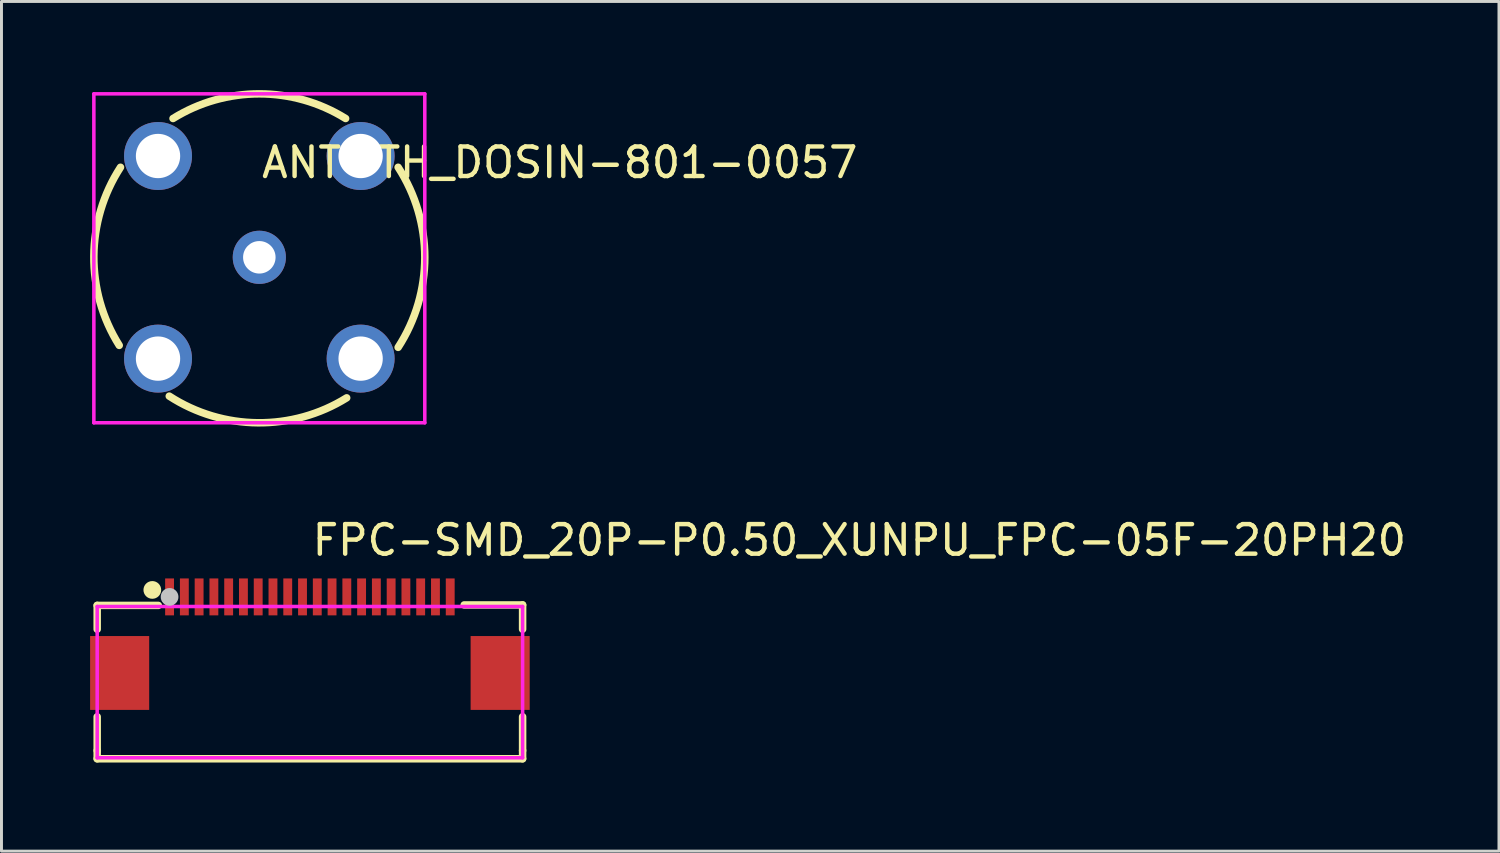
<source format=kicad_pcb>
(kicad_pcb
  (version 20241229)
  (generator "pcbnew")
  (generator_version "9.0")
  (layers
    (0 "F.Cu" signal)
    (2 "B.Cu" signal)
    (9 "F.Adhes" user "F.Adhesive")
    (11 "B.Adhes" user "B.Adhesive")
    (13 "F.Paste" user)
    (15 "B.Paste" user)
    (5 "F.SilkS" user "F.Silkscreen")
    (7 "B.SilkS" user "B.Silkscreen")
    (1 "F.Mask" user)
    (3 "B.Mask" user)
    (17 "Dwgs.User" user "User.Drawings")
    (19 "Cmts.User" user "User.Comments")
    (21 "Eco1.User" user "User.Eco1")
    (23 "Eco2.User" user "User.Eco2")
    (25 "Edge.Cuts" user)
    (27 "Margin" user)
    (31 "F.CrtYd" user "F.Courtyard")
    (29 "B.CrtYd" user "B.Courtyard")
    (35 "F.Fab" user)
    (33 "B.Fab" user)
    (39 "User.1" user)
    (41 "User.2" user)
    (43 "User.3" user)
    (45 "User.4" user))
  (footprint "ANT-TH_DOSIN-801-0057"
    (layer "F.Cu")
    (at 5.728 5.66)
    (property "Reference" "ANT-TH_DOSIN-801-0057" (at 0 -3.207 0) (layer "F.SilkS") (effects (font (size 1 1) (thickness 0.15)) (justify left)))
    (attr through_hole)
    (fp_arc (start -4.742 2.981) (mid -5.601013 -0.039676) (end -4.699293 -3.04788) (stroke (width 0.254) (type solid)) (layer "F.SilkS"))
    (fp_arc (start -2.921 -4.699) (mid 0.000003 -5.532887) (end 2.921006 -4.698997) (stroke (width 0.254) (type solid)) (layer "F.SilkS"))
    (fp_arc (start 2.957 4.757) (mid -0.053974 5.600891) (end -3.048125 4.699131) (stroke (width 0.254) (type solid)) (layer "F.SilkS"))
    (fp_arc (start 4.699 -3.048) (mid 5.600974 -0.000004) (end 4.699004 3.047994) (stroke (width 0.254) (type solid)) (layer "F.SilkS"))
    (fp_circle (center -3.429 -3.429) (end -3.104 -3.429) (stroke (width 0.65) (type solid)) (fill no) (layer "Eco2.User"))
    (fp_circle (center -3.429 3.429) (end -3.104 3.429) (stroke (width 0.65) (type solid)) (fill no) (layer "Eco2.User"))
    (fp_circle (center 0 0) (end 0.225 0) (stroke (width 0.45) (type solid)) (fill no) (layer "Eco2.User"))
    (fp_circle (center 3.429 -3.429) (end 3.754 -3.429) (stroke (width 0.65) (type solid)) (fill no) (layer "Eco2.User"))
    (fp_circle (center 3.429 3.429) (end 3.754 3.429) (stroke (width 0.65) (type solid)) (fill no) (layer "Eco2.User"))
    (fp_circle (center 5.601 -5.533) (end 5.631 -5.533) (stroke (width 0.06) (type solid)) (fill no) (layer "Eco2.User"))
    (fp_line (start -5.601 -5.533) (end 5.601 -5.533) (stroke (width 0.12) (type solid)) (layer "F.CrtYd"))
    (fp_line (start -5.601 5.601) (end -5.601 -5.533) (stroke (width 0.12) (type solid)) (layer "F.CrtYd"))
    (fp_line (start 5.601 -5.533) (end 5.601 5.601) (stroke (width 0.12) (type solid)) (layer "F.CrtYd"))
    (fp_line (start 5.601 5.601) (end -5.601 5.601) (stroke (width 0.12) (type solid)) (layer "F.CrtYd"))
    (pad "1" thru_hole circle (at 0 0) (size 1.8 1.8) (drill 1.1) (layers "*.Cu" "*.Mask"))
    (pad "2" thru_hole circle (at -3.429 -3.429) (size 2.3 2.3) (drill 1.5) (layers "*.Cu" "*.Mask"))
    (pad "2" thru_hole circle (at -3.429 3.429) (size 2.3 2.3) (drill 1.5) (layers "*.Cu" "*.Mask"))
    (pad "2" thru_hole circle (at 3.429 -3.429) (size 2.3 2.3) (drill 1.5) (layers "*.Cu" "*.Mask"))
    (pad "2" thru_hole circle (at 3.429 3.429) (size 2.3 2.3) (drill 1.5) (layers "*.Cu" "*.Mask")))
  (footprint "FPC-SMD_20P-P0.50_XUNPU_FPC-05F-20PH20"
    (layer "F.Cu")
    (at 7.44 18.443)
    (property "Reference" "FPC-SMD_20P-P0.50_XUNPU_FPC-05F-20PH20" (at 0 -3.207 0) (layer "F.SilkS") (effects (font (size 1 1) (thickness 0.15)) (justify left)))
    (attr through_hole)
    (fp_line (start -7.2 -1) (end -5.131 -1) (stroke (width 0.254) (type solid)) (layer "F.SilkS"))
    (fp_line (start -7.2 -0.194) (end -7.2 -1) (stroke (width 0.254) (type solid)) (layer "F.SilkS"))
    (fp_line (start -7.2 3.912) (end -7.2 2.769) (stroke (width 0.254) (type solid)) (layer "F.SilkS"))
    (fp_line (start -7.2 3.912) (end -7.2 4.191) (stroke (width 0.254) (type solid)) (layer "F.SilkS"))
    (fp_line (start -7.2 4.191) (end 7.2 4.191) (stroke (width 0.254) (type solid)) (layer "F.SilkS"))
    (fp_line (start 7.2 -1.016) (end 5.223 -1.016) (stroke (width 0.254) (type solid)) (layer "F.SilkS"))
    (fp_line (start 7.2 -0.194) (end 7.2 -1.016) (stroke (width 0.254) (type solid)) (layer "F.SilkS"))
    (fp_line (start 7.2 3.912) (end 7.2 2.769) (stroke (width 0.254) (type solid)) (layer "F.SilkS"))
    (fp_line (start 7.2 3.912) (end 7.2 4.191) (stroke (width 0.254) (type solid)) (layer "F.SilkS"))
    (fp_circle (center -5.334 -1.524) (end -5.184 -1.524) (stroke (width 0.3) (type solid)) (fill no) (layer "F.SilkS"))
    (fp_circle (center -4.75 -1.288) (end -4.6 -1.288) (stroke (width 0.3) (type solid)) (fill no) (layer "Dwgs.User"))
    (fp_circle (center -7.2 -1.663) (end -7.17 -1.663) (stroke (width 0.06) (type solid)) (fill no) (layer "Eco2.User"))
    (fp_poly (pts (xy -7.2 1.788) (xy -7.2 0.788) (xy -6 0.788) (xy -6 1.788)) (stroke (width 0.12) (type solid)) (fill no) (layer "Eco2.User"))
    (fp_poly (pts (xy -4.825 -1.663) (xy -4.675 -1.663) (xy -4.675 -0.912) (xy -4.825 -0.912)) (stroke (width 0.12) (type solid)) (fill no) (layer "Eco2.User"))
    (fp_poly (pts (xy -4.325 -1.663) (xy -4.175 -1.663) (xy -4.175 -0.912) (xy -4.325 -0.912)) (stroke (width 0.12) (type solid)) (fill no) (layer "Eco2.User"))
    (fp_poly (pts (xy -3.825 -1.663) (xy -3.675 -1.663) (xy -3.675 -0.912) (xy -3.825 -0.912)) (stroke (width 0.12) (type solid)) (fill no) (layer "Eco2.User"))
    (fp_poly (pts (xy -3.325 -1.663) (xy -3.175 -1.663) (xy -3.175 -0.912) (xy -3.325 -0.912)) (stroke (width 0.12) (type solid)) (fill no) (layer "Eco2.User"))
    (fp_poly (pts (xy -2.825 -1.663) (xy -2.675 -1.663) (xy -2.675 -0.912) (xy -2.825 -0.912)) (stroke (width 0.12) (type solid)) (fill no) (layer "Eco2.User"))
    (fp_poly (pts (xy -2.325 -1.663) (xy -2.175 -1.663) (xy -2.175 -0.912) (xy -2.325 -0.912)) (stroke (width 0.12) (type solid)) (fill no) (layer "Eco2.User"))
    (fp_poly (pts (xy -1.825 -1.663) (xy -1.675 -1.663) (xy -1.675 -0.912) (xy -1.825 -0.912)) (stroke (width 0.12) (type solid)) (fill no) (layer "Eco2.User"))
    (fp_poly (pts (xy -1.325 -1.663) (xy -1.175 -1.663) (xy -1.175 -0.912) (xy -1.325 -0.912)) (stroke (width 0.12) (type solid)) (fill no) (layer "Eco2.User"))
    (fp_poly (pts (xy -0.825 -1.663) (xy -0.675 -1.663) (xy -0.675 -0.912) (xy -0.825 -0.912)) (stroke (width 0.12) (type solid)) (fill no) (layer "Eco2.User"))
    (fp_poly (pts (xy -0.325 -1.663) (xy -0.175 -1.663) (xy -0.175 -0.912) (xy -0.325 -0.912)) (stroke (width 0.12) (type solid)) (fill no) (layer "Eco2.User"))
    (fp_poly (pts (xy 0.175 -1.663) (xy 0.325 -1.663) (xy 0.325 -0.912) (xy 0.175 -0.912)) (stroke (width 0.12) (type solid)) (fill no) (layer "Eco2.User"))
    (fp_poly (pts (xy 0.675 -1.663) (xy 0.825 -1.663) (xy 0.825 -0.912) (xy 0.675 -0.912)) (stroke (width 0.12) (type solid)) (fill no) (layer "Eco2.User"))
    (fp_poly (pts (xy 1.175 -1.663) (xy 1.325 -1.663) (xy 1.325 -0.912) (xy 1.175 -0.912)) (stroke (width 0.12) (type solid)) (fill no) (layer "Eco2.User"))
    (fp_poly (pts (xy 1.675 -1.663) (xy 1.825 -1.663) (xy 1.825 -0.912) (xy 1.675 -0.912)) (stroke (width 0.12) (type solid)) (fill no) (layer "Eco2.User"))
    (fp_poly (pts (xy 2.175 -1.663) (xy 2.325 -1.663) (xy 2.325 -0.912) (xy 2.175 -0.912)) (stroke (width 0.12) (type solid)) (fill no) (layer "Eco2.User"))
    (fp_poly (pts (xy 2.675 -1.663) (xy 2.825 -1.663) (xy 2.825 -0.912) (xy 2.675 -0.912)) (stroke (width 0.12) (type solid)) (fill no) (layer "Eco2.User"))
    (fp_poly (pts (xy 3.175 -1.663) (xy 3.325 -1.663) (xy 3.325 -0.912) (xy 3.175 -0.912)) (stroke (width 0.12) (type solid)) (fill no) (layer "Eco2.User"))
    (fp_poly (pts (xy 3.675 -1.663) (xy 3.825 -1.663) (xy 3.825 -0.912) (xy 3.675 -0.912)) (stroke (width 0.12) (type solid)) (fill no) (layer "Eco2.User"))
    (fp_poly (pts (xy 4.175 -1.663) (xy 4.325 -1.663) (xy 4.325 -0.912) (xy 4.175 -0.912)) (stroke (width 0.12) (type solid)) (fill no) (layer "Eco2.User"))
    (fp_poly (pts (xy 4.675 -1.663) (xy 4.825 -1.663) (xy 4.825 -0.912) (xy 4.675 -0.912)) (stroke (width 0.12) (type solid)) (fill no) (layer "Eco2.User"))
    (fp_poly (pts (xy 6 1.788) (xy 6 0.788) (xy 7.2 0.788) (xy 7.2 1.788)) (stroke (width 0.12) (type solid)) (fill no) (layer "Eco2.User"))
    (fp_line (start -7.2 -0.963) (end 7.2 -0.963) (stroke (width 0.12) (type solid)) (layer "F.CrtYd"))
    (fp_line (start -7.2 4.157) (end -7.2 -0.963) (stroke (width 0.12) (type solid)) (layer "F.CrtYd"))
    (fp_line (start 7.2 -0.963) (end 7.2 4.157) (stroke (width 0.12) (type solid)) (layer "F.CrtYd"))
    (fp_line (start 7.2 4.157) (end -7.2 4.157) (stroke (width 0.12) (type solid)) (layer "F.CrtYd"))
    (pad "1" smd rect (at -4.75 -1.288) (size 0.3 1.25) (layers "F.Cu" "F.Mask" "F.Paste"))
    (pad "2" smd rect (at -4.25 -1.288) (size 0.3 1.25) (layers "F.Cu" "F.Mask" "F.Paste"))
    (pad "3" smd rect (at -3.75 -1.288) (size 0.3 1.25) (layers "F.Cu" "F.Mask" "F.Paste"))
    (pad "4" smd rect (at -3.25 -1.288) (size 0.3 1.25) (layers "F.Cu" "F.Mask" "F.Paste"))
    (pad "5" smd rect (at -2.75 -1.288) (size 0.3 1.25) (layers "F.Cu" "F.Mask" "F.Paste"))
    (pad "6" smd rect (at -2.25 -1.288) (size 0.3 1.25) (layers "F.Cu" "F.Mask" "F.Paste"))
    (pad "7" smd rect (at -1.75 -1.288) (size 0.3 1.25) (layers "F.Cu" "F.Mask" "F.Paste"))
    (pad "8" smd rect (at -1.25 -1.288) (size 0.3 1.25) (layers "F.Cu" "F.Mask" "F.Paste"))
    (pad "9" smd rect (at -0.75 -1.288) (size 0.3 1.25) (layers "F.Cu" "F.Mask" "F.Paste"))
    (pad "10" smd rect (at -0.25 -1.288) (size 0.3 1.25) (layers "F.Cu" "F.Mask" "F.Paste"))
    (pad "11" smd rect (at 0.25 -1.288) (size 0.3 1.25) (layers "F.Cu" "F.Mask" "F.Paste"))
    (pad "12" smd rect (at 0.75 -1.288) (size 0.3 1.25) (layers "F.Cu" "F.Mask" "F.Paste"))
    (pad "13" smd rect (at 1.25 -1.288) (size 0.3 1.25) (layers "F.Cu" "F.Mask" "F.Paste"))
    (pad "14" smd rect (at 1.75 -1.288) (size 0.3 1.25) (layers "F.Cu" "F.Mask" "F.Paste"))
    (pad "15" smd rect (at 2.25 -1.288) (size 0.3 1.25) (layers "F.Cu" "F.Mask" "F.Paste"))
    (pad "16" smd rect (at 2.75 -1.288) (size 0.3 1.25) (layers "F.Cu" "F.Mask" "F.Paste"))
    (pad "17" smd rect (at 3.25 -1.288) (size 0.3 1.25) (layers "F.Cu" "F.Mask" "F.Paste"))
    (pad "18" smd rect (at 3.75 -1.288) (size 0.3 1.25) (layers "F.Cu" "F.Mask" "F.Paste"))
    (pad "19" smd rect (at 4.25 -1.288) (size 0.3 1.25) (layers "F.Cu" "F.Mask" "F.Paste"))
    (pad "20" smd rect (at 4.75 -1.288) (size 0.3 1.25) (layers "F.Cu" "F.Mask" "F.Paste"))
    (pad "21" smd rect (at 6.44 1.287) (size 2 2.5) (layers "F.Cu" "F.Mask" "F.Paste"))
    (pad "22" smd rect (at -6.44 1.287) (size 2 2.5) (layers "F.Cu" "F.Mask" "F.Paste")))
  (gr_rect
    (start -3 -3)
    (end 47.69 25.761)
    (stroke (width 0.1) (type default))
    (fill no)
    (layer "Edge.Cuts")))
</source>
